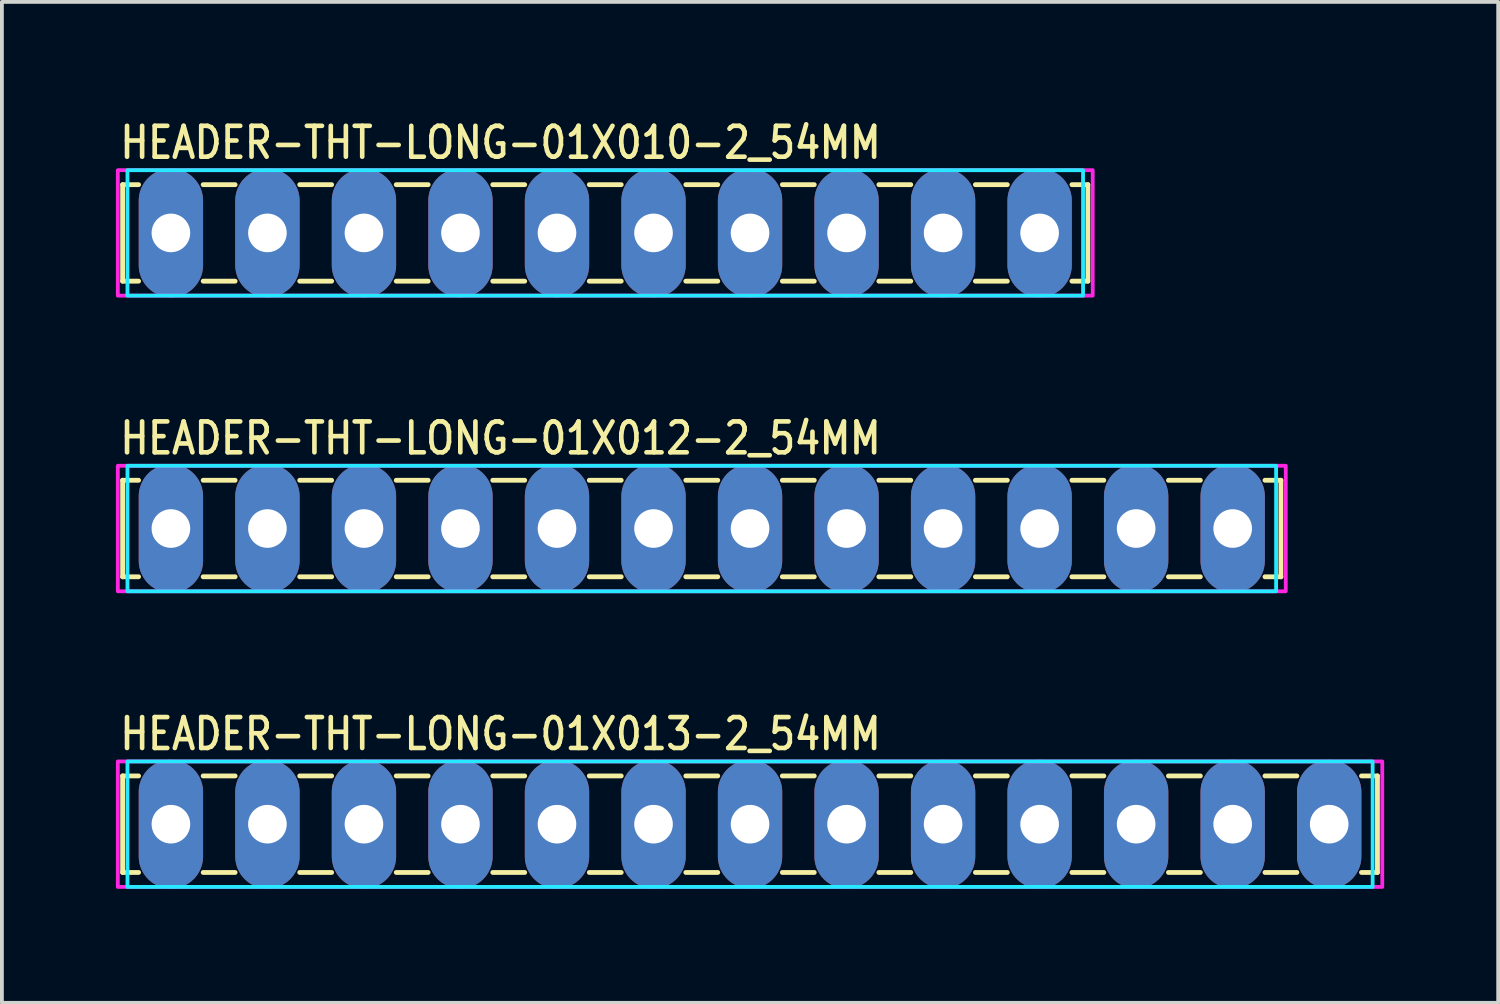
<source format=kicad_pcb>
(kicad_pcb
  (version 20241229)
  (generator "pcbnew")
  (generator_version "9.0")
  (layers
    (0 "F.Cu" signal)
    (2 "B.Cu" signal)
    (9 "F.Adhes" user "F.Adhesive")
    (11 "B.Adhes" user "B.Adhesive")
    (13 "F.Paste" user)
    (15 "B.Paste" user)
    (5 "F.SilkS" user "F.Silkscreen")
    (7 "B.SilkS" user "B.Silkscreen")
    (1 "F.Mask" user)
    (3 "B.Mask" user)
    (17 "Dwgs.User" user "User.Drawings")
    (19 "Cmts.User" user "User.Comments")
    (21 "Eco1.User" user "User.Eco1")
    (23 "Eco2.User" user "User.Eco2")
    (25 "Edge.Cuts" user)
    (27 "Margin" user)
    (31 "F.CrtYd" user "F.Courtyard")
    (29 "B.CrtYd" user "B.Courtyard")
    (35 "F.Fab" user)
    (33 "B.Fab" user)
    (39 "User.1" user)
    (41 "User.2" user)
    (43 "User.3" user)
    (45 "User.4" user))
  (footprint "HEADER-THT-LONG-01X010-2_54MM"
    (layer "F.Cu")
    (at 1.447 3.079)
    (property "Reference" "HEADER-THT-LONG-01X010-2_54MM" (at -1.4 -1.9 0) (unlocked yes) (layer "F.SilkS") (effects (font (size 0.813 0.695) (thickness 0.122)) (justify left bottom)))
    (fp_line (start -1.27 -1.27) (end -1.27 1.27) (stroke (width 0.127) (type solid)) (layer "F.SilkS"))
    (fp_line (start -1.27 1.27) (end -0.85 1.27) (stroke (width 0.127) (type solid)) (layer "F.SilkS"))
    (fp_line (start -0.85 -1.27) (end -1.27 -1.27) (stroke (width 0.127) (type solid)) (layer "F.SilkS"))
    (fp_line (start 0.85 -1.27) (end 1.69 -1.27) (stroke (width 0.127) (type solid)) (layer "F.SilkS"))
    (fp_line (start 0.85 1.27) (end 1.69 1.27) (stroke (width 0.127) (type solid)) (layer "F.SilkS"))
    (fp_line (start 3.39 -1.27) (end 4.23 -1.27) (stroke (width 0.127) (type solid)) (layer "F.SilkS"))
    (fp_line (start 3.39 1.27) (end 4.23 1.27) (stroke (width 0.127) (type solid)) (layer "F.SilkS"))
    (fp_line (start 5.93 -1.27) (end 6.77 -1.27) (stroke (width 0.127) (type solid)) (layer "F.SilkS"))
    (fp_line (start 5.93 1.27) (end 6.77 1.27) (stroke (width 0.127) (type solid)) (layer "F.SilkS"))
    (fp_line (start 8.47 -1.27) (end 9.31 -1.27) (stroke (width 0.127) (type solid)) (layer "F.SilkS"))
    (fp_line (start 8.47 1.27) (end 9.31 1.27) (stroke (width 0.127) (type solid)) (layer "F.SilkS"))
    (fp_line (start 11.01 -1.27) (end 11.85 -1.27) (stroke (width 0.127) (type solid)) (layer "F.SilkS"))
    (fp_line (start 11.01 1.27) (end 11.85 1.27) (stroke (width 0.127) (type solid)) (layer "F.SilkS"))
    (fp_line (start 13.55 -1.27) (end 14.39 -1.27) (stroke (width 0.127) (type solid)) (layer "F.SilkS"))
    (fp_line (start 13.55 1.27) (end 14.39 1.27) (stroke (width 0.127) (type solid)) (layer "F.SilkS"))
    (fp_line (start 16.09 -1.27) (end 16.93 -1.27) (stroke (width 0.127) (type solid)) (layer "F.SilkS"))
    (fp_line (start 16.09 1.27) (end 16.93 1.27) (stroke (width 0.127) (type solid)) (layer "F.SilkS"))
    (fp_line (start 18.63 -1.27) (end 19.47 -1.27) (stroke (width 0.127) (type solid)) (layer "F.SilkS"))
    (fp_line (start 18.63 1.27) (end 19.47 1.27) (stroke (width 0.127) (type solid)) (layer "F.SilkS"))
    (fp_line (start 21.17 -1.27) (end 22.01 -1.27) (stroke (width 0.127) (type solid)) (layer "F.SilkS"))
    (fp_line (start 21.17 1.27) (end 22.01 1.27) (stroke (width 0.127) (type solid)) (layer "F.SilkS"))
    (fp_line (start 23.71 -1.27) (end 24.13 -1.27) (stroke (width 0.127) (type solid)) (layer "F.SilkS"))
    (fp_line (start 24.13 -1.27) (end 24.13 1.27) (stroke (width 0.127) (type solid)) (layer "F.SilkS"))
    (fp_line (start 24.13 1.27) (end 23.71 1.27) (stroke (width 0.127) (type solid)) (layer "F.SilkS"))
    (fp_poly (pts (xy -1.143 -1.651) (xy 24.003 -1.651) (xy 24.003 1.651) (xy -1.143 1.651)) (stroke (width 0.1) (type solid)) (fill no) (layer "B.CrtYd"))
    (fp_poly (pts (xy -1.397 -1.651) (xy 24.257 -1.651) (xy 24.257 1.651) (xy -1.397 1.651)) (stroke (width 0.1) (type solid)) (fill no) (layer "F.CrtYd"))
    (pad "P$1" thru_hole oval (at 0 0 90) (size 3.387 1.693) (drill 1.016) (layers "*.Cu" "*.Mask"))
    (pad "P$2" thru_hole oval (at 2.54 0 90) (size 3.387 1.693) (drill 1.016) (layers "*.Cu" "*.Mask"))
    (pad "P$3" thru_hole oval (at 5.08 0 90) (size 3.387 1.693) (drill 1.016) (layers "*.Cu" "*.Mask"))
    (pad "P$4" thru_hole oval (at 7.62 0 90) (size 3.387 1.693) (drill 1.016) (layers "*.Cu" "*.Mask"))
    (pad "P$5" thru_hole oval (at 10.16 0 90) (size 3.387 1.693) (drill 1.016) (layers "*.Cu" "*.Mask"))
    (pad "P$6" thru_hole oval (at 12.7 0 90) (size 3.387 1.693) (drill 1.016) (layers "*.Cu" "*.Mask"))
    (pad "P$7" thru_hole oval (at 15.24 0 90) (size 3.387 1.693) (drill 1.016) (layers "*.Cu" "*.Mask"))
    (pad "P$8" thru_hole oval (at 17.78 0 90) (size 3.387 1.693) (drill 1.016) (layers "*.Cu" "*.Mask"))
    (pad "P$9" thru_hole oval (at 20.32 0 90) (size 3.387 1.693) (drill 1.016) (layers "*.Cu" "*.Mask"))
    (pad "P$10" thru_hole oval (at 22.86 0 90) (size 3.387 1.693) (drill 1.016) (layers "*.Cu" "*.Mask")))
  (footprint "HEADER-THT-LONG-01X013-2_54MM"
    (layer "F.Cu")
    (at 1.447 18.638)
    (property "Reference" "HEADER-THT-LONG-01X013-2_54MM" (at -1.4 -1.9 0) (unlocked yes) (layer "F.SilkS") (effects (font (size 0.813 0.695) (thickness 0.122)) (justify left bottom)))
    (fp_line (start -1.27 -1.27) (end -1.27 1.27) (stroke (width 0.127) (type solid)) (layer "F.SilkS"))
    (fp_line (start -1.27 1.27) (end -0.85 1.27) (stroke (width 0.127) (type solid)) (layer "F.SilkS"))
    (fp_line (start -0.85 -1.27) (end -1.27 -1.27) (stroke (width 0.127) (type solid)) (layer "F.SilkS"))
    (fp_line (start 0.85 -1.27) (end 1.69 -1.27) (stroke (width 0.127) (type solid)) (layer "F.SilkS"))
    (fp_line (start 0.85 1.27) (end 1.69 1.27) (stroke (width 0.127) (type solid)) (layer "F.SilkS"))
    (fp_line (start 3.39 -1.27) (end 4.23 -1.27) (stroke (width 0.127) (type solid)) (layer "F.SilkS"))
    (fp_line (start 3.39 1.27) (end 4.23 1.27) (stroke (width 0.127) (type solid)) (layer "F.SilkS"))
    (fp_line (start 5.93 -1.27) (end 6.77 -1.27) (stroke (width 0.127) (type solid)) (layer "F.SilkS"))
    (fp_line (start 5.93 1.27) (end 6.77 1.27) (stroke (width 0.127) (type solid)) (layer "F.SilkS"))
    (fp_line (start 8.47 -1.27) (end 9.31 -1.27) (stroke (width 0.127) (type solid)) (layer "F.SilkS"))
    (fp_line (start 8.47 1.27) (end 9.31 1.27) (stroke (width 0.127) (type solid)) (layer "F.SilkS"))
    (fp_line (start 11.01 -1.27) (end 11.85 -1.27) (stroke (width 0.127) (type solid)) (layer "F.SilkS"))
    (fp_line (start 11.01 1.27) (end 11.85 1.27) (stroke (width 0.127) (type solid)) (layer "F.SilkS"))
    (fp_line (start 13.55 -1.27) (end 14.39 -1.27) (stroke (width 0.127) (type solid)) (layer "F.SilkS"))
    (fp_line (start 13.55 1.27) (end 14.39 1.27) (stroke (width 0.127) (type solid)) (layer "F.SilkS"))
    (fp_line (start 16.09 -1.27) (end 16.93 -1.27) (stroke (width 0.127) (type solid)) (layer "F.SilkS"))
    (fp_line (start 16.09 1.27) (end 16.93 1.27) (stroke (width 0.127) (type solid)) (layer "F.SilkS"))
    (fp_line (start 18.63 -1.27) (end 19.47 -1.27) (stroke (width 0.127) (type solid)) (layer "F.SilkS"))
    (fp_line (start 18.63 1.27) (end 19.47 1.27) (stroke (width 0.127) (type solid)) (layer "F.SilkS"))
    (fp_line (start 21.17 -1.27) (end 22.01 -1.27) (stroke (width 0.127) (type solid)) (layer "F.SilkS"))
    (fp_line (start 21.17 1.27) (end 22.01 1.27) (stroke (width 0.127) (type solid)) (layer "F.SilkS"))
    (fp_line (start 23.71 -1.27) (end 24.55 -1.27) (stroke (width 0.127) (type solid)) (layer "F.SilkS"))
    (fp_line (start 23.71 1.27) (end 24.55 1.27) (stroke (width 0.127) (type solid)) (layer "F.SilkS"))
    (fp_line (start 26.25 -1.27) (end 27.09 -1.27) (stroke (width 0.127) (type solid)) (layer "F.SilkS"))
    (fp_line (start 26.25 1.27) (end 27.09 1.27) (stroke (width 0.127) (type solid)) (layer "F.SilkS"))
    (fp_line (start 28.79 -1.27) (end 29.63 -1.27) (stroke (width 0.127) (type solid)) (layer "F.SilkS"))
    (fp_line (start 28.79 1.27) (end 29.63 1.27) (stroke (width 0.127) (type solid)) (layer "F.SilkS"))
    (fp_line (start 31.33 -1.27) (end 31.75 -1.27) (stroke (width 0.127) (type solid)) (layer "F.SilkS"))
    (fp_line (start 31.75 -1.27) (end 31.75 1.27) (stroke (width 0.127) (type solid)) (layer "F.SilkS"))
    (fp_line (start 31.75 1.27) (end 31.33 1.27) (stroke (width 0.127) (type solid)) (layer "F.SilkS"))
    (fp_poly (pts (xy -1.143 -1.651) (xy 31.623 -1.651) (xy 31.623 1.651) (xy -1.143 1.651)) (stroke (width 0.1) (type solid)) (fill no) (layer "B.CrtYd"))
    (fp_poly (pts (xy -1.397 -1.651) (xy 31.877 -1.651) (xy 31.877 1.651) (xy -1.397 1.651)) (stroke (width 0.1) (type solid)) (fill no) (layer "F.CrtYd"))
    (pad "1" thru_hole oval (at 0 0 90) (size 3.387 1.693) (drill 1.016) (layers "*.Cu" "*.Mask"))
    (pad "2" thru_hole oval (at 2.54 0 90) (size 3.387 1.693) (drill 1.016) (layers "*.Cu" "*.Mask"))
    (pad "3" thru_hole oval (at 5.08 0 90) (size 3.387 1.693) (drill 1.016) (layers "*.Cu" "*.Mask"))
    (pad "4" thru_hole oval (at 7.62 0 90) (size 3.387 1.693) (drill 1.016) (layers "*.Cu" "*.Mask"))
    (pad "5" thru_hole oval (at 10.16 0 90) (size 3.387 1.693) (drill 1.016) (layers "*.Cu" "*.Mask"))
    (pad "6" thru_hole oval (at 12.7 0 90) (size 3.387 1.693) (drill 1.016) (layers "*.Cu" "*.Mask"))
    (pad "7" thru_hole oval (at 15.24 0 90) (size 3.387 1.693) (drill 1.016) (layers "*.Cu" "*.Mask"))
    (pad "8" thru_hole oval (at 17.78 0 90) (size 3.387 1.693) (drill 1.016) (layers "*.Cu" "*.Mask"))
    (pad "9" thru_hole oval (at 20.32 0 90) (size 3.387 1.693) (drill 1.016) (layers "*.Cu" "*.Mask"))
    (pad "10" thru_hole oval (at 22.86 0 90) (size 3.387 1.693) (drill 1.016) (layers "*.Cu" "*.Mask"))
    (pad "11" thru_hole oval (at 25.4 0 90) (size 3.387 1.693) (drill 1.016) (layers "*.Cu" "*.Mask"))
    (pad "12" thru_hole oval (at 27.94 0 90) (size 3.387 1.693) (drill 1.016) (layers "*.Cu" "*.Mask"))
    (pad "13" thru_hole oval (at 30.48 0 90) (size 3.387 1.693) (drill 1.016) (layers "*.Cu" "*.Mask")))
  (footprint "HEADER-THT-LONG-01X012-2_54MM"
    (layer "F.Cu")
    (at 1.447 10.858)
    (property "Reference" "HEADER-THT-LONG-01X012-2_54MM" (at -1.4 -1.9 0) (unlocked yes) (layer "F.SilkS") (effects (font (size 0.813 0.695) (thickness 0.122)) (justify left bottom)))
    (fp_line (start -1.27 -1.27) (end -1.27 1.27) (stroke (width 0.127) (type solid)) (layer "F.SilkS"))
    (fp_line (start -1.27 1.27) (end -0.85 1.27) (stroke (width 0.127) (type solid)) (layer "F.SilkS"))
    (fp_line (start -0.85 -1.27) (end -1.27 -1.27) (stroke (width 0.127) (type solid)) (layer "F.SilkS"))
    (fp_line (start 0.85 -1.27) (end 1.69 -1.27) (stroke (width 0.127) (type solid)) (layer "F.SilkS"))
    (fp_line (start 0.85 1.27) (end 1.69 1.27) (stroke (width 0.127) (type solid)) (layer "F.SilkS"))
    (fp_line (start 3.39 -1.27) (end 4.23 -1.27) (stroke (width 0.127) (type solid)) (layer "F.SilkS"))
    (fp_line (start 3.39 1.27) (end 4.23 1.27) (stroke (width 0.127) (type solid)) (layer "F.SilkS"))
    (fp_line (start 5.93 -1.27) (end 6.77 -1.27) (stroke (width 0.127) (type solid)) (layer "F.SilkS"))
    (fp_line (start 5.93 1.27) (end 6.77 1.27) (stroke (width 0.127) (type solid)) (layer "F.SilkS"))
    (fp_line (start 8.47 -1.27) (end 9.31 -1.27) (stroke (width 0.127) (type solid)) (layer "F.SilkS"))
    (fp_line (start 8.47 1.27) (end 9.31 1.27) (stroke (width 0.127) (type solid)) (layer "F.SilkS"))
    (fp_line (start 11.01 -1.27) (end 11.85 -1.27) (stroke (width 0.127) (type solid)) (layer "F.SilkS"))
    (fp_line (start 11.01 1.27) (end 11.85 1.27) (stroke (width 0.127) (type solid)) (layer "F.SilkS"))
    (fp_line (start 13.55 -1.27) (end 14.39 -1.27) (stroke (width 0.127) (type solid)) (layer "F.SilkS"))
    (fp_line (start 13.55 1.27) (end 14.39 1.27) (stroke (width 0.127) (type solid)) (layer "F.SilkS"))
    (fp_line (start 16.09 -1.27) (end 16.93 -1.27) (stroke (width 0.127) (type solid)) (layer "F.SilkS"))
    (fp_line (start 16.09 1.27) (end 16.93 1.27) (stroke (width 0.127) (type solid)) (layer "F.SilkS"))
    (fp_line (start 18.63 -1.27) (end 19.47 -1.27) (stroke (width 0.127) (type solid)) (layer "F.SilkS"))
    (fp_line (start 18.63 1.27) (end 19.47 1.27) (stroke (width 0.127) (type solid)) (layer "F.SilkS"))
    (fp_line (start 21.17 -1.27) (end 22.01 -1.27) (stroke (width 0.127) (type solid)) (layer "F.SilkS"))
    (fp_line (start 21.17 1.27) (end 22.01 1.27) (stroke (width 0.127) (type solid)) (layer "F.SilkS"))
    (fp_line (start 23.71 -1.27) (end 24.55 -1.27) (stroke (width 0.127) (type solid)) (layer "F.SilkS"))
    (fp_line (start 23.71 1.27) (end 24.55 1.27) (stroke (width 0.127) (type solid)) (layer "F.SilkS"))
    (fp_line (start 26.25 -1.27) (end 27.09 -1.27) (stroke (width 0.127) (type solid)) (layer "F.SilkS"))
    (fp_line (start 26.25 1.27) (end 27.09 1.27) (stroke (width 0.127) (type solid)) (layer "F.SilkS"))
    (fp_line (start 28.79 -1.27) (end 29.21 -1.27) (stroke (width 0.127) (type solid)) (layer "F.SilkS"))
    (fp_line (start 29.21 -1.27) (end 29.21 1.27) (stroke (width 0.127) (type solid)) (layer "F.SilkS"))
    (fp_line (start 29.21 1.27) (end 28.79 1.27) (stroke (width 0.127) (type solid)) (layer "F.SilkS"))
    (fp_poly (pts (xy -1.143 -1.651) (xy 29.083 -1.651) (xy 29.083 1.651) (xy -1.143 1.651)) (stroke (width 0.1) (type solid)) (fill no) (layer "B.CrtYd"))
    (fp_poly (pts (xy -1.397 -1.651) (xy 29.337 -1.651) (xy 29.337 1.651) (xy -1.397 1.651)) (stroke (width 0.1) (type solid)) (fill no) (layer "F.CrtYd"))
    (pad "1" thru_hole oval (at 0 0 90) (size 3.387 1.693) (drill 1.016) (layers "*.Cu" "*.Mask"))
    (pad "2" thru_hole oval (at 2.54 0 90) (size 3.387 1.693) (drill 1.016) (layers "*.Cu" "*.Mask"))
    (pad "3" thru_hole oval (at 5.08 0 90) (size 3.387 1.693) (drill 1.016) (layers "*.Cu" "*.Mask"))
    (pad "4" thru_hole oval (at 7.62 0 90) (size 3.387 1.693) (drill 1.016) (layers "*.Cu" "*.Mask"))
    (pad "5" thru_hole oval (at 10.16 0 90) (size 3.387 1.693) (drill 1.016) (layers "*.Cu" "*.Mask"))
    (pad "6" thru_hole oval (at 12.7 0 90) (size 3.387 1.693) (drill 1.016) (layers "*.Cu" "*.Mask"))
    (pad "7" thru_hole oval (at 15.24 0 90) (size 3.387 1.693) (drill 1.016) (layers "*.Cu" "*.Mask"))
    (pad "8" thru_hole oval (at 17.78 0 90) (size 3.387 1.693) (drill 1.016) (layers "*.Cu" "*.Mask"))
    (pad "9" thru_hole oval (at 20.32 0 90) (size 3.387 1.693) (drill 1.016) (layers "*.Cu" "*.Mask"))
    (pad "10" thru_hole oval (at 22.86 0 90) (size 3.387 1.693) (drill 1.016) (layers "*.Cu" "*.Mask"))
    (pad "11" thru_hole oval (at 25.4 0 90) (size 3.387 1.693) (drill 1.016) (layers "*.Cu" "*.Mask"))
    (pad "12" thru_hole oval (at 27.94 0 90) (size 3.387 1.693) (drill 1.016) (layers "*.Cu" "*.Mask")))
  (gr_rect
    (start -3 -3)
    (end 36.374 23.339)
    (stroke (width 0.1) (type default))
    (fill no)
    (layer "Edge.Cuts")))
</source>
